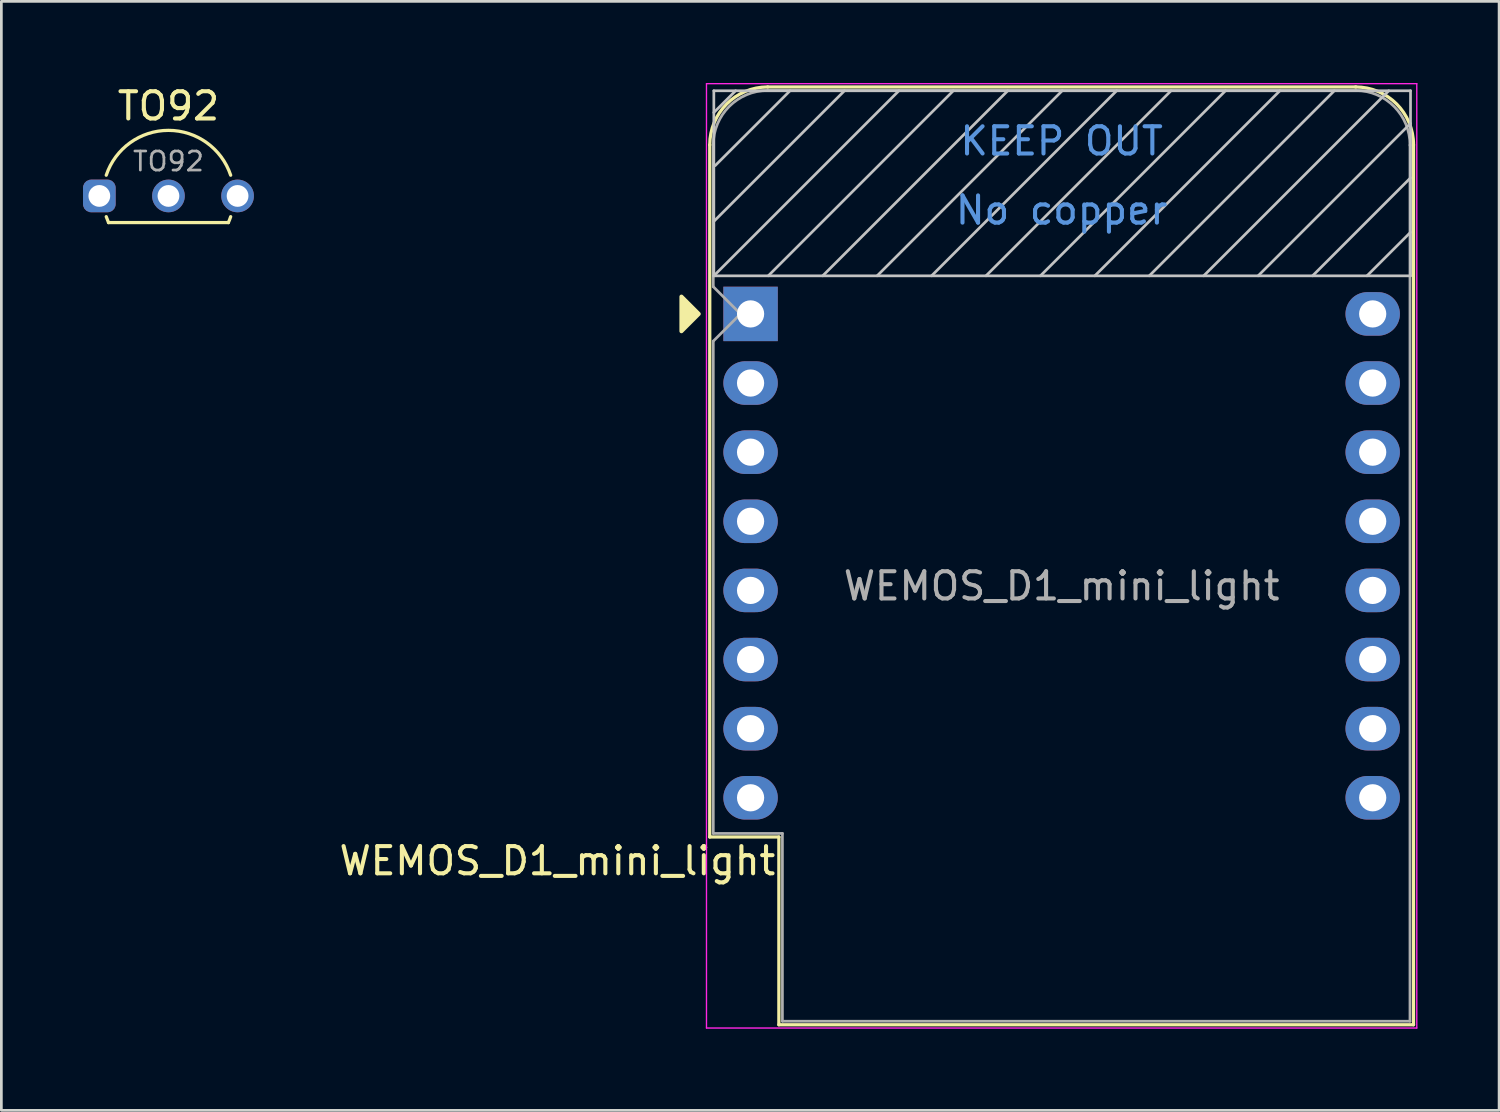
<source format=kicad_pcb>
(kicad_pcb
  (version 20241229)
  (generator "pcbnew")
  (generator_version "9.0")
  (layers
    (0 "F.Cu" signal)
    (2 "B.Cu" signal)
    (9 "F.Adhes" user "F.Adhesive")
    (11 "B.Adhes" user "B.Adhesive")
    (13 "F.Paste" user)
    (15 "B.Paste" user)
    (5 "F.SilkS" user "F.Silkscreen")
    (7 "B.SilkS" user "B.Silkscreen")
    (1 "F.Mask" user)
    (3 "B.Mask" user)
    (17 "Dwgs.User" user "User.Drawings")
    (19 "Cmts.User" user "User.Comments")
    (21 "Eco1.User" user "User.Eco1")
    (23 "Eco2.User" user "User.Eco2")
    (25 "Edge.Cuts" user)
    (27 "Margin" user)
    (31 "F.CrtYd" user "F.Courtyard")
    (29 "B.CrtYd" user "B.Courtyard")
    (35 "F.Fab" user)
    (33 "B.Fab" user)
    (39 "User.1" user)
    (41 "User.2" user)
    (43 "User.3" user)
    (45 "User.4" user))
  (footprint "WEMOS_D1_mini_light"
    (layer "F.Cu")
    (at 24.53 8.485)
    (property "Reference" "WEMOS_D1_mini_light" (at 1 20.1 0) (layer "F.SilkS") (effects (font (size 1 1) (thickness 0.15)) (justify right)))
    (attr through_hole)
    (fp_line (start -1.5 19.22) (end -1.5 -6.21) (stroke (width 0.12) (type solid)) (layer "F.SilkS"))
    (fp_line (start -1.5 19.22) (end 1.04 19.22) (stroke (width 0.12) (type solid)) (layer "F.SilkS"))
    (fp_line (start 1.04 19.22) (end 1.04 26.12) (stroke (width 0.12) (type solid)) (layer "F.SilkS"))
    (fp_line (start 1.04 26.12) (end 24.36 26.12) (stroke (width 0.12) (type solid)) (layer "F.SilkS"))
    (fp_line (start 22.24 -8.34) (end 0.63 -8.34) (stroke (width 0.12) (type solid)) (layer "F.SilkS"))
    (fp_line (start 24.36 26.12) (end 24.36 -6.21) (stroke (width 0.12) (type solid)) (layer "F.SilkS"))
    (fp_arc (start -1.5 -6.21) (mid -0.876137 -7.716137) (end 0.63 -8.34) (stroke (width 0.12) (type solid)) (layer "F.SilkS"))
    (fp_arc (start 22.23 -8.34) (mid 23.736137 -7.716137) (end 24.36 -6.21) (stroke (width 0.12) (type solid)) (layer "F.SilkS"))
    (fp_poly (pts (xy -2.54 -0.635) (xy -2.54 0.635) (xy -1.905 0)) (stroke (width 0.15) (type solid)) (fill yes) (layer "F.SilkS"))
    (fp_line (start -1.35 -8.2) (end -1.35 -1.4) (stroke (width 0.1) (type solid)) (layer "Dwgs.User"))
    (fp_line (start -1.35 -7.4) (end -0.55 -8.2) (stroke (width 0.1) (type solid)) (layer "Dwgs.User"))
    (fp_line (start -1.35 -3.4) (end 3.45 -8.2) (stroke (width 0.1) (type solid)) (layer "Dwgs.User"))
    (fp_line (start -1.35 -1.4) (end 5.45 -8.2) (stroke (width 0.1) (type solid)) (layer "Dwgs.User"))
    (fp_line (start -1.35 -1.4) (end 24.25 -1.4) (stroke (width 0.1) (type solid)) (layer "Dwgs.User"))
    (fp_line (start -1.3 -5.45) (end 1.45 -8.2) (stroke (width 0.1) (type solid)) (layer "Dwgs.User"))
    (fp_line (start 0.65 -1.4) (end 7.45 -8.2) (stroke (width 0.1) (type solid)) (layer "Dwgs.User"))
    (fp_line (start 2.65 -1.4) (end 9.45 -8.2) (stroke (width 0.1) (type solid)) (layer "Dwgs.User"))
    (fp_line (start 4.65 -1.4) (end 11.45 -8.2) (stroke (width 0.1) (type solid)) (layer "Dwgs.User"))
    (fp_line (start 6.65 -1.4) (end 13.45 -8.2) (stroke (width 0.1) (type solid)) (layer "Dwgs.User"))
    (fp_line (start 8.65 -1.4) (end 15.45 -8.2) (stroke (width 0.1) (type solid)) (layer "Dwgs.User"))
    (fp_line (start 10.65 -1.4) (end 17.45 -8.2) (stroke (width 0.1) (type solid)) (layer "Dwgs.User"))
    (fp_line (start 12.65 -1.4) (end 19.45 -8.2) (stroke (width 0.1) (type solid)) (layer "Dwgs.User"))
    (fp_line (start 14.65 -1.4) (end 21.45 -8.2) (stroke (width 0.1) (type solid)) (layer "Dwgs.User"))
    (fp_line (start 16.65 -1.4) (end 23.45 -8.2) (stroke (width 0.1) (type solid)) (layer "Dwgs.User"))
    (fp_line (start 18.65 -1.4) (end 24.25 -7) (stroke (width 0.1) (type solid)) (layer "Dwgs.User"))
    (fp_line (start 20.65 -1.4) (end 24.25 -5) (stroke (width 0.1) (type solid)) (layer "Dwgs.User"))
    (fp_line (start 22.65 -1.4) (end 24.25 -3) (stroke (width 0.1) (type solid)) (layer "Dwgs.User"))
    (fp_line (start 24.25 -8.2) (end -1.35 -8.2) (stroke (width 0.1) (type solid)) (layer "Dwgs.User"))
    (fp_line (start 24.25 -1.4) (end 24.25 -8.2) (stroke (width 0.1) (type solid)) (layer "Dwgs.User"))
    (fp_line (start -1.62 -8.46) (end 24.48 -8.46) (stroke (width 0.05) (type solid)) (layer "F.CrtYd"))
    (fp_line (start -1.62 26.24) (end -1.62 -8.46) (stroke (width 0.05) (type solid)) (layer "F.CrtYd"))
    (fp_line (start 24.48 -8.46) (end 24.48 26.24) (stroke (width 0.05) (type solid)) (layer "F.CrtYd"))
    (fp_line (start 24.48 26.24) (end -1.62 26.24) (stroke (width 0.05) (type solid)) (layer "F.CrtYd"))
    (fp_line (start -1.37 -6.21) (end -1.37 -1) (stroke (width 0.1) (type solid)) (layer "F.Fab"))
    (fp_line (start -1.37 1) (end -1.37 19.09) (stroke (width 0.1) (type solid)) (layer "F.Fab"))
    (fp_line (start -1.37 1) (end -0.37 0) (stroke (width 0.1) (type solid)) (layer "F.Fab"))
    (fp_line (start -1.37 19.09) (end 1.17 19.09) (stroke (width 0.1) (type solid)) (layer "F.Fab"))
    (fp_line (start -0.37 0) (end -1.37 -1) (stroke (width 0.1) (type solid)) (layer "F.Fab"))
    (fp_line (start 1.17 19.09) (end 1.17 25.99) (stroke (width 0.1) (type solid)) (layer "F.Fab"))
    (fp_line (start 1.17 25.99) (end 24.23 25.99) (stroke (width 0.1) (type solid)) (layer "F.Fab"))
    (fp_line (start 22.23 -8.21) (end 0.63 -8.21) (stroke (width 0.1) (type solid)) (layer "F.Fab"))
    (fp_line (start 24.23 25.99) (end 24.23 -6.21) (stroke (width 0.1) (type solid)) (layer "F.Fab"))
    (fp_arc (start -1.37 -6.21) (mid -0.784214 -7.624214) (end 0.63 -8.21) (stroke (width 0.1) (type solid)) (layer "F.Fab"))
    (fp_arc (start 22.25 -8.21) (mid 23.658356 -7.610071) (end 24.23 -6.19) (stroke (width 0.1) (type solid)) (layer "F.Fab"))
    (fp_text user "No copper" (at 11.43 -3.81 0) (layer "Cmts.User") (effects (font (size 1 1) (thickness 0.15))))
    (fp_text user "KEEP OUT" (at 11.43 -6.35 0) (layer "Cmts.User") (effects (font (size 1 1) (thickness 0.15))))
    (fp_text user "${REFERENCE}" (at 11.43 10 0) (layer "F.Fab") (effects (font (size 1 1) (thickness 0.15))))
    (pad "1" thru_hole rect (at 0 0) (size 2 2) (drill 1) (layers "*.Cu" "*.Mask"))
    (pad "2" thru_hole oval (at 0 2.54) (size 2 1.6) (drill 1) (layers "*.Cu" "*.Mask"))
    (pad "3" thru_hole oval (at 0 5.08) (size 2 1.6) (drill 1) (layers "*.Cu" "*.Mask"))
    (pad "4" thru_hole oval (at 0 7.62) (size 2 1.6) (drill 1) (layers "*.Cu" "*.Mask"))
    (pad "5" thru_hole oval (at 0 10.16) (size 2 1.6) (drill 1) (layers "*.Cu" "*.Mask"))
    (pad "6" thru_hole oval (at 0 12.7) (size 2 1.6) (drill 1) (layers "*.Cu" "*.Mask"))
    (pad "7" thru_hole oval (at 0 15.24) (size 2 1.6) (drill 1) (layers "*.Cu" "*.Mask"))
    (pad "8" thru_hole oval (at 0 17.78) (size 2 1.6) (drill 1) (layers "*.Cu" "*.Mask"))
    (pad "9" thru_hole oval (at 22.86 17.78) (size 2 1.6) (drill 1) (layers "*.Cu" "*.Mask"))
    (pad "10" thru_hole oval (at 22.86 15.24) (size 2 1.6) (drill 1) (layers "*.Cu" "*.Mask"))
    (pad "11" thru_hole oval (at 22.86 12.7) (size 2 1.6) (drill 1) (layers "*.Cu" "*.Mask"))
    (pad "12" thru_hole oval (at 22.86 10.16) (size 2 1.6) (drill 1) (layers "*.Cu" "*.Mask"))
    (pad "13" thru_hole oval (at 22.86 7.62) (size 2 1.6) (drill 1) (layers "*.Cu" "*.Mask"))
    (pad "14" thru_hole oval (at 22.86 5.08) (size 2 1.6) (drill 1) (layers "*.Cu" "*.Mask"))
    (pad "15" thru_hole oval (at 22.86 2.54) (size 2 1.6) (drill 1) (layers "*.Cu" "*.Mask"))
    (pad "16" thru_hole oval (at 22.86 0) (size 2 1.6) (drill 1) (layers "*.Cu" "*.Mask"))
    (zone (net_name "") (layers "F.Cu" "B.Cu") (hatch edge 0.508) (connect_pads) (min_thickness 0.254) (filled_areas_thickness no) (keepout (tracks not_allowed) (vias not_allowed) (pads not_allowed) (copperpour not_allowed) (footprints allowed)) (placement (enabled no)) (fill) (polygon (pts (xy 48.83 7.085) (xy 23.13 7.085) (xy 23.13 0.285) (xy 48.83 0.285)))))
  (footprint "TO92"
    (layer "F.Cu")
    (at 0.6 4.15)
    (property "Reference" "TO92" (at 2.54 -3.302 0) (unlocked yes) (layer "F.SilkS") (effects (font (size 1 1) (thickness 0.15))))
    (attr through_hole)
    (fp_line (start 4.742 0.979) (end 0.338 0.979) (stroke (width 0.12) (type solid)) (layer "F.SilkS"))
    (fp_arc (start 0.254001 -0.762) (mid 2.54 -2.409655) (end 4.825999 -0.762) (stroke (width 0.12) (type solid)) (layer "F.SilkS"))
    (fp_arc (start 0.338028 0.978654) (mid 0.293847 0.871167) (end 0.254 0.762) (stroke (width 0.12) (type solid)) (layer "F.SilkS"))
    (fp_arc (start 4.825999 0.762) (mid 4.786598 0.87134) (end 4.741971 0.978654) (stroke (width 0.12) (type solid)) (layer "F.SilkS"))
    (fp_text user "${REFERENCE}" (at 2.54 -1.27 0) (unlocked yes) (layer "F.Fab") (effects (font (size 0.7 0.7) (thickness 0.1))))
    (pad "1" thru_hole roundrect (at 0 0) (size 1.2 1.2) (drill 0.8) (layers "*.Cu" "*.Mask") (roundrect_rratio 0.25))
    (pad "2" thru_hole circle (at 2.54 0) (size 1.2 1.2) (drill 0.8) (layers "*.Cu" "*.Mask"))
    (pad "3" thru_hole circle (at 5.08 0) (size 1.2 1.2) (drill 0.8) (layers "*.Cu" "*.Mask")))
  (gr_rect
    (start -3 -3)
    (end 52.035 37.75)
    (stroke (width 0.1) (type default))
    (fill no)
    (layer "Edge.Cuts")))
</source>
